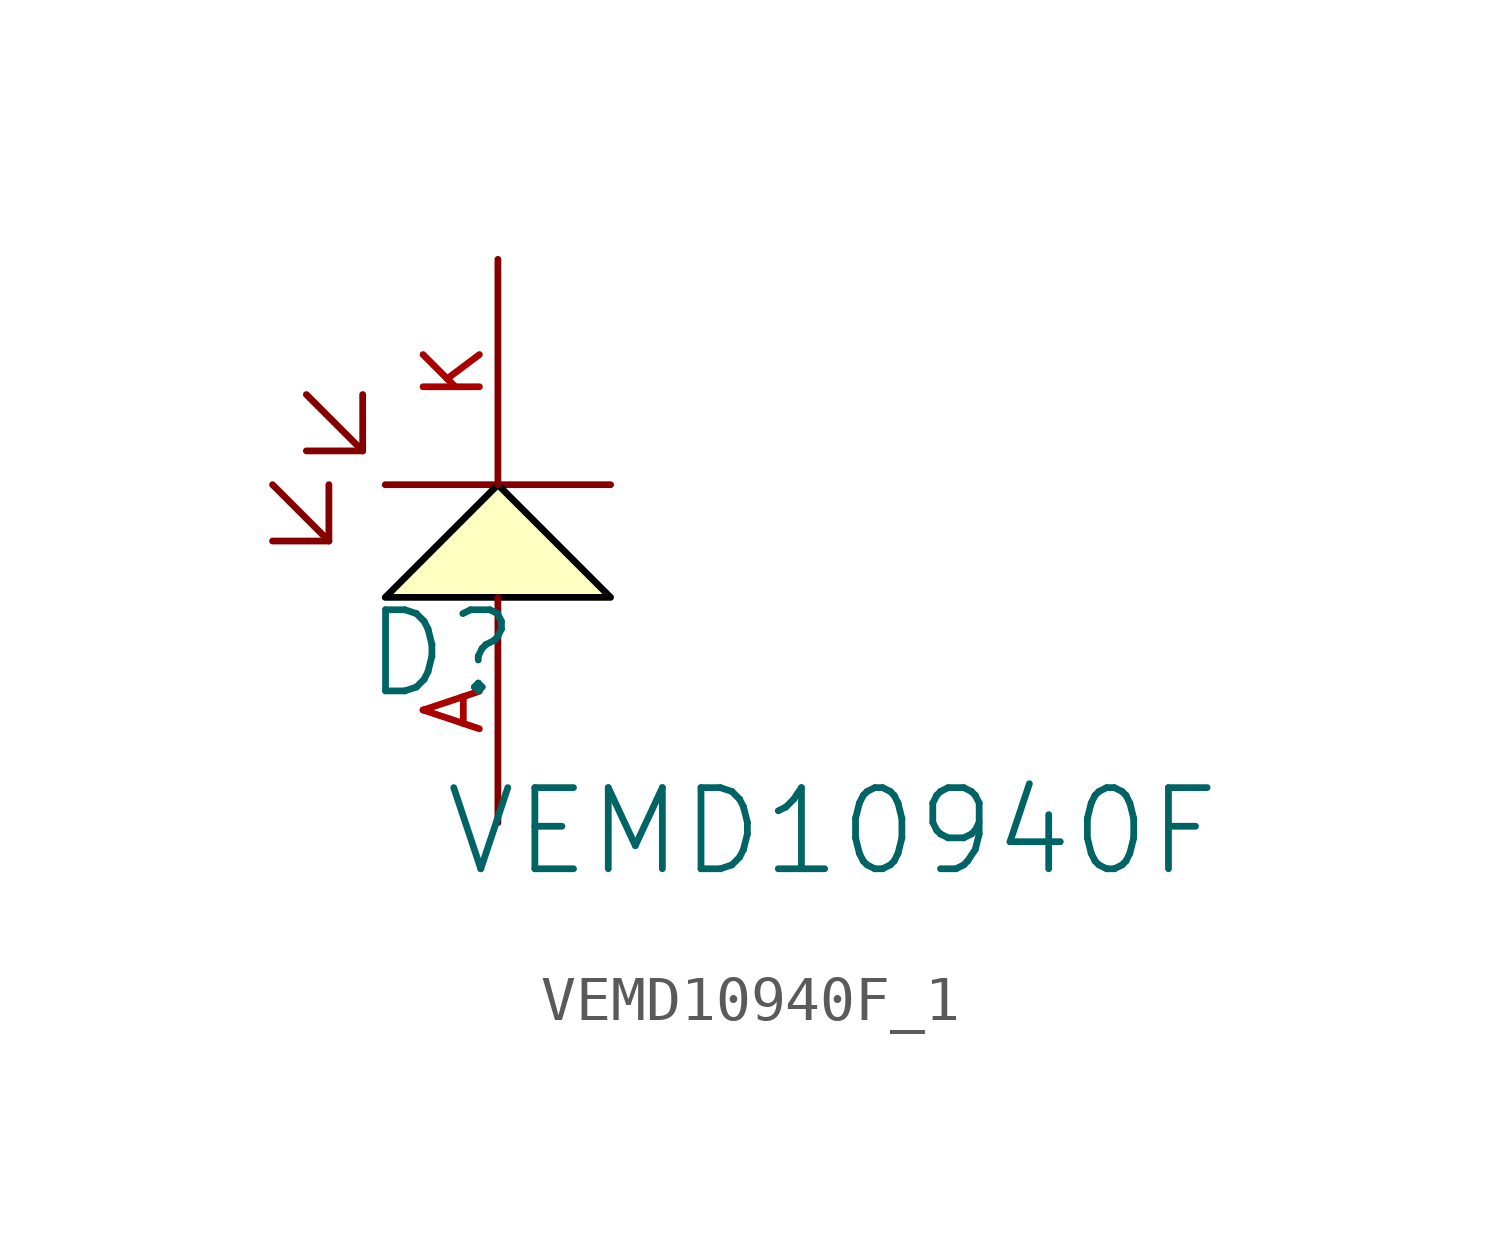
<source format=kicad_sym>
(kicad_symbol_lib
  (version 20241209)
  (generator "kicad_symbol_editor")
  (generator_version "9.0")
  (symbol "VEMD10940F_1"
    (pin_names
      (hide yes))
    (property "Reference" "D"
      (at -1.27 1.27 0)
      (effects (font (size 1.829 1.829))))
    (property "Value" "VEMD10940F"
      (at -1.27 -3.81 0)
      (effects (font (size 1.829 1.829)) (justify left bottom)))
    (symbol "VEMD10940F_1_1_0"
      (polyline (pts (xy -5.08 5.08) (xy -3.81 3.81) (xy -3.81 5.08)) (stroke (width 0) (type solid)) (fill (type none)))
      (polyline (pts (xy -4.318 7.112) (xy -3.048 5.842) (xy -3.048 7.112)) (stroke (width 0) (type solid)) (fill (type none)))
      (polyline (pts (xy -3.81 3.81) (xy -5.08 3.81)) (stroke (width 0) (type solid)) (fill (type none)))
      (polyline (pts (xy -3.048 5.842) (xy -4.318 5.842)) (stroke (width 0) (type solid)) (fill (type none)))
      (polyline (pts (xy -2.54 5.08) (xy 2.54 5.08)) (stroke (width 0) (type solid)) (fill (type none)))
      (polyline (pts (xy -2.54 2.54) (xy 0 5.08) (xy 2.54 2.54) (xy -2.54 2.54)) (stroke (width 0) (type solid) (color 0 0 0 1)) (fill (type background)))
      (pin passive line (at 0 10.16 270) (length 5.08) (name "K" (effects (font (size 1.27 1.27)))) (number "K" (effects (font (size 1.27 1.27)))))
      (pin passive line (at 0 -2.54 90) (length 5.08) (name "A" (effects (font (size 1.27 1.27)))) (number "A" (effects (font (size 1.27 1.27))))))))
</source>
